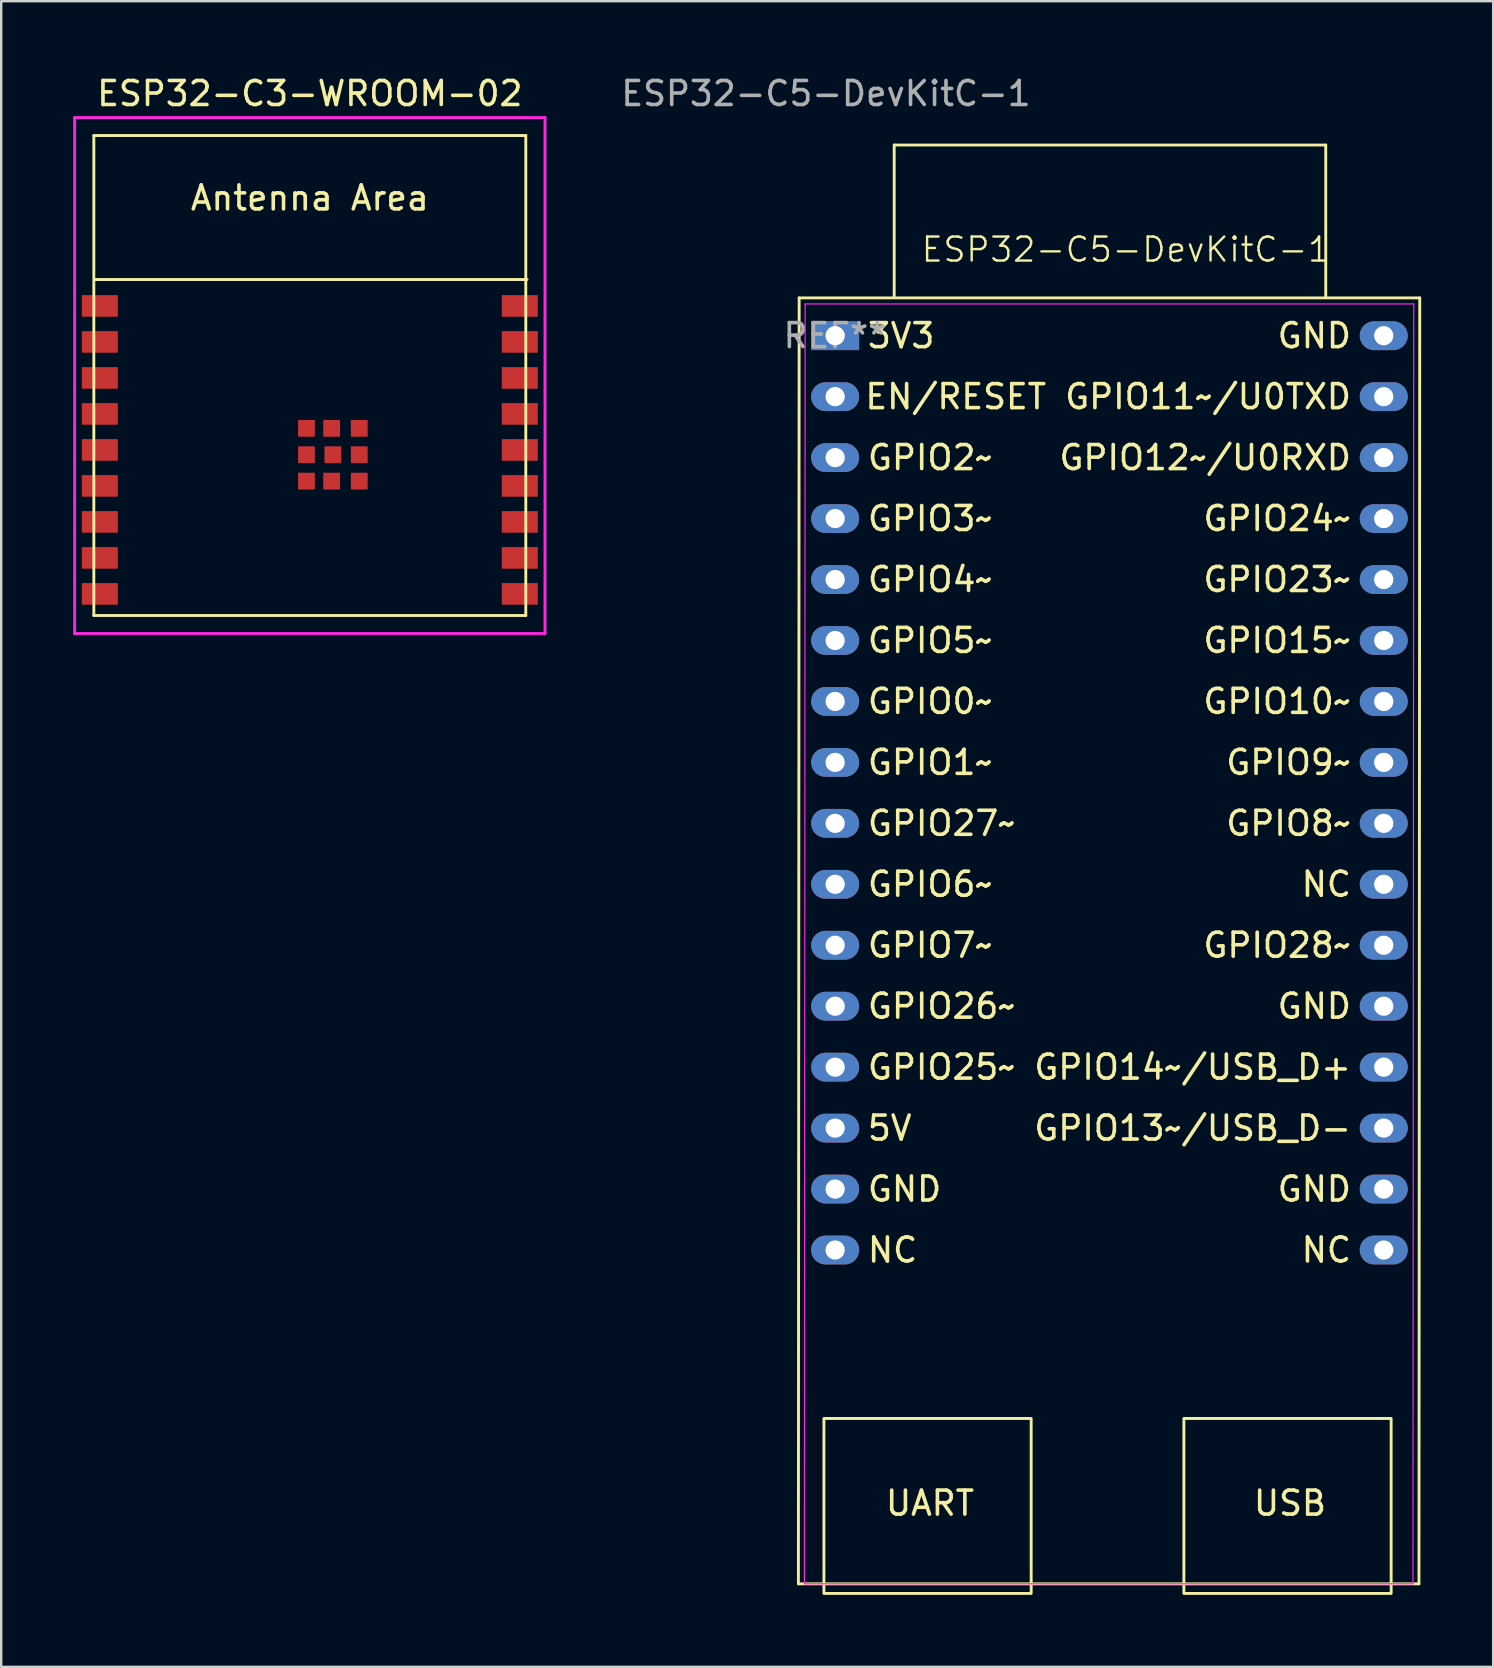
<source format=kicad_pcb>
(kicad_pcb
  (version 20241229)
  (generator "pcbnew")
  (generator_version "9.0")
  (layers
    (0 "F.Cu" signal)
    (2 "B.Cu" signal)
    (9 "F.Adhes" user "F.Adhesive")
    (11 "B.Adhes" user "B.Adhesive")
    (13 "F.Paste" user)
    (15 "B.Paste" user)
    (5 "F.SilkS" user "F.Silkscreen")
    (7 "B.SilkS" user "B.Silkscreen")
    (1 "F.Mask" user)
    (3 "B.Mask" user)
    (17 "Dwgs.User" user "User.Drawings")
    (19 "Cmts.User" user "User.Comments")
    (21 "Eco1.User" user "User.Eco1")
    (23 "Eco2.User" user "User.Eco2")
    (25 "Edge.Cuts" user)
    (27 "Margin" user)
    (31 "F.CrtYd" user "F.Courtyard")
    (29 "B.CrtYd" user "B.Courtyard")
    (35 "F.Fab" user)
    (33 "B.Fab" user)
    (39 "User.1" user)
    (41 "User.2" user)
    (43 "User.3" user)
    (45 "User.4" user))
  (footprint "ESP32-C3-WROOM-02"
    (layer "F.Cu")
    (at 9.86 15.548)
    (property "Reference" "ESP32-C3-WROOM-02" (at 0 -14.7 0) (layer "F.SilkS") (effects (font (size 1 1) (thickness 0.15))))
    (attr smd)
    (fp_line (start -9 -12.95) (end 9 -12.95) (stroke (width 0.12) (type solid)) (layer "F.SilkS"))
    (fp_line (start -9 7.05) (end -9 -12.95) (stroke (width 0.12) (type solid)) (layer "F.SilkS"))
    (fp_line (start 9 -12.95) (end 9 7.05) (stroke (width 0.12) (type solid)) (layer "F.SilkS"))
    (fp_line (start 9 7.05) (end -9 7.05) (stroke (width 0.12) (type solid)) (layer "F.SilkS"))
    (fp_line (start 9.05 -6.95) (end -8.95 -6.95) (stroke (width 0.12) (type solid)) (layer "F.SilkS"))
    (fp_line (start -9 -12.95) (end 9 -12.95) (stroke (width 0.12) (type solid)) (layer "Eco2.User"))
    (fp_line (start -9 -6.95) (end 9 -6.95) (stroke (width 0.12) (type solid)) (layer "Eco2.User"))
    (fp_line (start -9 7.05) (end -9 -12.95) (stroke (width 0.12) (type solid)) (layer "Eco2.User"))
    (fp_line (start 9 -12.95) (end 9 7.05) (stroke (width 0.12) (type solid)) (layer "Eco2.User"))
    (fp_line (start 9 7.05) (end -9 7.05) (stroke (width 0.12) (type solid)) (layer "Eco2.User"))
    (fp_line (start -9.8 -13.7) (end -9.8 7.8) (stroke (width 0.12) (type solid)) (layer "F.CrtYd"))
    (fp_line (start 9.8 -13.7) (end -9.8 -13.7) (stroke (width 0.12) (type solid)) (layer "F.CrtYd"))
    (fp_line (start 9.8 7.8) (end -9.8 7.8) (stroke (width 0.12) (type solid)) (layer "F.CrtYd"))
    (fp_line (start 9.8 7.8) (end 9.8 -13.7) (stroke (width 0.12) (type solid)) (layer "F.CrtYd"))
    (fp_text user "Antenna Area" (at 0 -10.35 0) (layer "F.SilkS") (effects (font (size 1 1) (thickness 0.15))))
    (fp_text user "Antenna Area" (at 0 -10.35 0) (layer "Eco2.User") (effects (font (size 1 1) (thickness 0.15))))
    (pad "1" smd rect (at -8.75 -5.85) (size 1.5 0.9) (layers "F.Cu" "F.Mask" "F.Paste"))
    (pad "2" smd rect (at -8.75 -4.35) (size 1.5 0.9) (layers "F.Cu" "F.Mask" "F.Paste"))
    (pad "3" smd rect (at -8.75 -2.85) (size 1.5 0.9) (layers "F.Cu" "F.Mask" "F.Paste"))
    (pad "4" smd rect (at -8.75 -1.35) (size 1.5 0.9) (layers "F.Cu" "F.Mask" "F.Paste"))
    (pad "5" smd rect (at -8.75 0.15) (size 1.5 0.9) (layers "F.Cu" "F.Mask" "F.Paste"))
    (pad "6" smd rect (at -8.75 1.65) (size 1.5 0.9) (layers "F.Cu" "F.Mask" "F.Paste"))
    (pad "7" smd rect (at -8.75 3.15) (size 1.5 0.9) (layers "F.Cu" "F.Mask" "F.Paste"))
    (pad "8" smd rect (at -8.75 4.65) (size 1.5 0.9) (layers "F.Cu" "F.Mask" "F.Paste"))
    (pad "9" smd rect (at -8.75 6.15) (size 1.5 0.9) (layers "F.Cu" "F.Mask" "F.Paste"))
    (pad "10" smd rect (at 8.75 6.15 180) (size 1.5 0.9) (layers "F.Cu" "F.Mask" "F.Paste"))
    (pad "11" smd rect (at 8.75 4.65 180) (size 1.5 0.9) (layers "F.Cu" "F.Mask" "F.Paste"))
    (pad "12" smd rect (at 8.75 3.15 180) (size 1.5 0.9) (layers "F.Cu" "F.Mask" "F.Paste"))
    (pad "13" smd rect (at 8.75 1.65 180) (size 1.5 0.9) (layers "F.Cu" "F.Mask" "F.Paste"))
    (pad "14" smd rect (at 8.75 0.15 180) (size 1.5 0.9) (layers "F.Cu" "F.Mask" "F.Paste"))
    (pad "15" smd rect (at 8.75 -1.35 180) (size 1.5 0.9) (layers "F.Cu" "F.Mask" "F.Paste"))
    (pad "16" smd rect (at 8.75 -2.85 180) (size 1.5 0.9) (layers "F.Cu" "F.Mask" "F.Paste"))
    (pad "17" smd rect (at 8.75 -4.35 180) (size 1.5 0.9) (layers "F.Cu" "F.Mask" "F.Paste"))
    (pad "18" smd rect (at 8.75 -5.85 180) (size 1.5 0.9) (layers "F.Cu" "F.Mask" "F.Paste"))
    (pad "19" smd rect (at -0.14 -0.75 180) (size 0.7 0.7) (layers "F.Cu" "F.Mask" "F.Paste"))
    (pad "19" smd rect (at -0.14 0.35 180) (size 0.7 0.7) (layers "F.Cu" "F.Mask" "F.Paste"))
    (pad "19" smd rect (at -0.14 1.45 180) (size 0.7 0.7) (layers "F.Cu" "F.Mask" "F.Paste"))
    (pad "19" smd rect (at 0.91 -0.75 180) (size 0.7 0.7) (layers "F.Cu" "F.Mask" "F.Paste"))
    (pad "19" smd rect (at 0.91 1.45 180) (size 0.7 0.7) (layers "F.Cu" "F.Mask" "F.Paste"))
    (pad "19" smd rect (at 0.96 0.35 180) (size 0.7 0.7) (layers "F.Cu" "F.Mask" "F.Paste"))
    (pad "19" smd rect (at 2.06 -0.75 180) (size 0.7 0.7) (layers "F.Cu" "F.Mask" "F.Paste"))
    (pad "19" smd rect (at 2.06 0.35 180) (size 0.7 0.7) (layers "F.Cu" "F.Mask" "F.Paste"))
    (pad "19" smd rect (at 2.06 1.45 180) (size 0.7 0.7) (layers "F.Cu" "F.Mask" "F.Paste")))
  (footprint "ESP32-C5-DevKitC-1"
    (layer "F.Cu")
    (at 30.119 9.348)
    (property "Reference" "ESP32-C5-DevKitC-1" (at 13.75 -2 0) (unlocked yes) (layer "F.SilkS") (effects (font (size 1 1) (thickness 0.1))))
    (attr through_hole)
    (fp_line (start 0.1 53.6) (end 25.96 53.6) (stroke (width 0.12) (type solid)) (layer "F.SilkS"))
    (fp_line (start 0.132 0.016) (end 0.1 53.6) (stroke (width 0.12) (type solid)) (layer "F.SilkS"))
    (fp_line (start 4.092 -6.354) (end 22.075 -6.354) (stroke (width 0.12) (type solid)) (layer "F.SilkS"))
    (fp_line (start 4.092 -0.004) (end 4.092 -6.354) (stroke (width 0.12) (type solid)) (layer "F.SilkS"))
    (fp_line (start 22.075 -6.354) (end 22.075 -0.004) (stroke (width 0.12) (type solid)) (layer "F.SilkS"))
    (fp_line (start 25.96 53.6) (end 25.992 0.016) (stroke (width 0.12) (type solid)) (layer "F.SilkS"))
    (fp_line (start 25.992 0.016) (end 0.132 0.016) (stroke (width 0.12) (type solid)) (layer "F.SilkS"))
    (fp_rect (start 1.164 46.71) (end 9.8 54) (stroke (width 0.12) (type solid)) (fill no) (layer "F.SilkS"))
    (fp_rect (start 16.164 46.71) (end 24.8 54) (stroke (width 0.12) (type solid)) (fill no) (layer "F.SilkS"))
    (fp_line (start 0.35 53.6) (end 0.382 0.266) (stroke (width 0.05) (type solid)) (layer "F.CrtYd"))
    (fp_line (start 0.382 0.266) (end 25.742 0.266) (stroke (width 0.05) (type solid)) (layer "F.CrtYd"))
    (fp_line (start 25.71 53.6) (end 0.35 53.6) (stroke (width 0.05) (type solid)) (layer "F.CrtYd"))
    (fp_line (start 25.742 0.266) (end 25.71 53.6) (stroke (width 0.05) (type solid)) (layer "F.CrtYd"))
    (fp_text user "GPIO25~" (at 2.902 32.071 0) (unlocked yes) (layer "F.SilkS") (effects (font (size 1 1) (thickness 0.15)) (justify left)))
    (fp_text user "GPIO12~/U0RXD" (at 23.222 6.671 0) (unlocked yes) (layer "F.SilkS") (effects (font (size 1 1) (thickness 0.15)) (justify right)))
    (fp_text user "GPIO2~" (at 2.902 6.671 0) (unlocked yes) (layer "F.SilkS") (effects (font (size 1 1) (thickness 0.15)) (justify left)))
    (fp_text user "GND" (at 23.222 29.531 0) (unlocked yes) (layer "F.SilkS") (effects (font (size 1 1) (thickness 0.15)) (justify right)))
    (fp_text user "GPIO27~" (at 2.902 21.911 0) (unlocked yes) (layer "F.SilkS") (effects (font (size 1 1) (thickness 0.15)) (justify left)))
    (fp_text user "EN/RESET" (at 10.518 4.131 0) (unlocked yes) (layer "F.SilkS") (effects (font (size 1 1) (thickness 0.15)) (justify right)))
    (fp_text user "NC" (at 23.222 39.691 0) (unlocked yes) (layer "F.SilkS") (effects (font (size 1 1) (thickness 0.15)) (justify right)))
    (fp_text user "GPIO14~/USB_D+" (at 23.222 32.071 0) (unlocked yes) (layer "F.SilkS") (effects (font (size 1 1) (thickness 0.15)) (justify right)))
    (fp_text user "GND" (at 2.902 37.151 0) (unlocked yes) (layer "F.SilkS") (effects (font (size 1 1) (thickness 0.15)) (justify left)))
    (fp_text user "GPIO7~" (at 2.902 26.991 0) (unlocked yes) (layer "F.SilkS") (effects (font (size 1 1) (thickness 0.15)) (justify left)))
    (fp_text user "GPIO4~" (at 2.902 11.751 0) (unlocked yes) (layer "F.SilkS") (effects (font (size 1 1) (thickness 0.15)) (justify left)))
    (fp_text user "GPIO6~" (at 2.902 24.451 0) (unlocked yes) (layer "F.SilkS") (effects (font (size 1 1) (thickness 0.15)) (justify left)))
    (fp_text user "NC" (at 23.222 24.451 0) (unlocked yes) (layer "F.SilkS") (effects (font (size 1 1) (thickness 0.15)) (justify right)))
    (fp_text user "GPIO8~" (at 23.222 21.911 0) (unlocked yes) (layer "F.SilkS") (effects (font (size 1 1) (thickness 0.15)) (justify right)))
    (fp_text user "USB" (at 20.584 50.825 0) (unlocked yes) (layer "F.SilkS") (effects (font (size 1 1) (thickness 0.15)) (justify bottom)))
    (fp_text user "GPIO26~" (at 2.902 29.531 0) (unlocked yes) (layer "F.SilkS") (effects (font (size 1 1) (thickness 0.15)) (justify left)))
    (fp_text user "GND" (at 23.222 1.591 0) (unlocked yes) (layer "F.SilkS") (effects (font (size 1 1) (thickness 0.15)) (justify right)))
    (fp_text user "GPIO15~" (at 23.222 14.291 0) (unlocked yes) (layer "F.SilkS") (effects (font (size 1 1) (thickness 0.15)) (justify right)))
    (fp_text user "UART" (at 5.584 50.825 0) (unlocked yes) (layer "F.SilkS") (effects (font (size 1 1) (thickness 0.15)) (justify bottom)))
    (fp_text user "GPIO11~/U0TXD" (at 23.222 4.131 0) (unlocked yes) (layer "F.SilkS") (effects (font (size 1 1) (thickness 0.15)) (justify right)))
    (fp_text user "GPIO9~" (at 23.222 19.371 0) (unlocked yes) (layer "F.SilkS") (effects (font (size 1 1) (thickness 0.15)) (justify right)))
    (fp_text user "GND" (at 23.222 37.151 0) (unlocked yes) (layer "F.SilkS") (effects (font (size 1 1) (thickness 0.15)) (justify right)))
    (fp_text user "NC" (at 2.902 39.691 0) (unlocked yes) (layer "F.SilkS") (effects (font (size 1 1) (thickness 0.15)) (justify left)))
    (fp_text user "3V3" (at 2.902 1.591 0) (unlocked yes) (layer "F.SilkS") (effects (font (size 1 1) (thickness 0.15)) (justify left)))
    (fp_text user "GPIO10~" (at 23.222 16.831 0) (unlocked yes) (layer "F.SilkS") (effects (font (size 1 1) (thickness 0.15)) (justify right)))
    (fp_text user "GPIO0~" (at 2.902 16.831 0) (unlocked yes) (layer "F.SilkS") (effects (font (size 1 1) (thickness 0.15)) (justify left)))
    (fp_text user "GPIO28~" (at 23.222 26.991 0) (unlocked yes) (layer "F.SilkS") (effects (font (size 1 1) (thickness 0.15)) (justify right)))
    (fp_text user "GPIO1~" (at 2.902 19.371 0) (unlocked yes) (layer "F.SilkS") (effects (font (size 1 1) (thickness 0.15)) (justify left)))
    (fp_text user "GPIO24~" (at 23.222 9.211 0) (unlocked yes) (layer "F.SilkS") (effects (font (size 1 1) (thickness 0.15)) (justify right)))
    (fp_text user "GPIO13~/USB_D-" (at 23.222 34.611 0) (unlocked yes) (layer "F.SilkS") (effects (font (size 1 1) (thickness 0.15)) (justify right)))
    (fp_text user "GPIO3~" (at 2.902 9.211 0) (unlocked yes) (layer "F.SilkS") (effects (font (size 1 1) (thickness 0.15)) (justify left)))
    (fp_text user "GPIO5~" (at 2.902 14.291 0) (unlocked yes) (layer "F.SilkS") (effects (font (size 1 1) (thickness 0.15)) (justify left)))
    (fp_text user "5V" (at 2.902 34.611 0) (unlocked yes) (layer "F.SilkS") (effects (font (size 1 1) (thickness 0.15)) (justify left)))
    (fp_text user "GPIO23~" (at 23.222 11.751 0) (unlocked yes) (layer "F.SilkS") (effects (font (size 1 1) (thickness 0.15)) (justify right)))
    (fp_text user "REF**" (at 1.628 1.589 0) (layer "F.Fab") (effects (font (size 1 1) (thickness 0.15))))
    (fp_text user "${REFERENCE}" (at 1.25 -8.5 0) (unlocked yes) (layer "F.Fab") (effects (font (size 1 1) (thickness 0.15))))
    (pad "1" thru_hole rect (at 1.632 1.591 270) (size 1.2 2) (drill 0.8) (layers "*.Cu" "*.Mask"))
    (pad "2" thru_hole oval (at 1.632 4.131 270) (size 1.2 2) (drill 0.8) (layers "*.Cu" "*.Mask"))
    (pad "3" thru_hole oval (at 1.632 6.671 270) (size 1.2 2) (drill 0.8) (layers "*.Cu" "*.Mask"))
    (pad "4" thru_hole oval (at 1.632 9.211 270) (size 1.2 2) (drill 0.8) (layers "*.Cu" "*.Mask"))
    (pad "5" thru_hole oval (at 1.632 11.751 270) (size 1.2 2) (drill 0.8) (layers "*.Cu" "*.Mask"))
    (pad "6" thru_hole oval (at 1.632 14.291 270) (size 1.2 2) (drill 0.8) (layers "*.Cu" "*.Mask"))
    (pad "7" thru_hole oval (at 1.632 16.831 270) (size 1.2 2) (drill 0.8) (layers "*.Cu" "*.Mask"))
    (pad "8" thru_hole oval (at 1.632 19.371 270) (size 1.2 2) (drill 0.8) (layers "*.Cu" "*.Mask"))
    (pad "9" thru_hole oval (at 1.632 21.911 270) (size 1.2 2) (drill 0.8) (layers "*.Cu" "*.Mask"))
    (pad "10" thru_hole oval (at 1.632 24.451 270) (size 1.2 2) (drill 0.8) (layers "*.Cu" "*.Mask"))
    (pad "11" thru_hole oval (at 1.632 26.991 270) (size 1.2 2) (drill 0.8) (layers "*.Cu" "*.Mask"))
    (pad "12" thru_hole oval (at 1.632 29.531 270) (size 1.2 2) (drill 0.8) (layers "*.Cu" "*.Mask"))
    (pad "13" thru_hole oval (at 1.632 32.071 270) (size 1.2 2) (drill 0.8) (layers "*.Cu" "*.Mask"))
    (pad "14" thru_hole oval (at 1.632 34.611 270) (size 1.2 2) (drill 0.8) (layers "*.Cu" "*.Mask"))
    (pad "15" thru_hole oval (at 1.632 37.151 270) (size 1.2 2) (drill 0.8) (layers "*.Cu" "*.Mask"))
    (pad "16" thru_hole oval (at 1.632 39.691 270) (size 1.2 2) (drill 0.8) (layers "*.Cu" "*.Mask"))
    (pad "17" thru_hole oval (at 24.492 39.691 270) (size 1.2 2) (drill 0.8) (layers "*.Cu" "*.Mask"))
    (pad "18" thru_hole oval (at 24.492 37.151 270) (size 1.2 2) (drill 0.8) (layers "*.Cu" "*.Mask"))
    (pad "19" thru_hole oval (at 24.492 34.611 270) (size 1.2 2) (drill 0.8) (layers "*.Cu" "*.Mask"))
    (pad "20" thru_hole oval (at 24.492 32.071 270) (size 1.2 2) (drill 0.8) (layers "*.Cu" "*.Mask"))
    (pad "21" thru_hole oval (at 24.492 29.531 270) (size 1.2 2) (drill 0.8) (layers "*.Cu" "*.Mask"))
    (pad "22" thru_hole oval (at 24.492 26.991 270) (size 1.2 2) (drill 0.8) (layers "*.Cu" "*.Mask"))
    (pad "23" thru_hole oval (at 24.492 24.451 270) (size 1.2 2) (drill 0.8) (layers "*.Cu" "*.Mask"))
    (pad "24" thru_hole oval (at 24.492 21.911 270) (size 1.2 2) (drill 0.8) (layers "*.Cu" "*.Mask"))
    (pad "25" thru_hole oval (at 24.492 19.371 270) (size 1.2 2) (drill 0.8) (layers "*.Cu" "*.Mask"))
    (pad "26" thru_hole oval (at 24.492 16.831 270) (size 1.2 2) (drill 0.8) (layers "*.Cu" "*.Mask"))
    (pad "27" thru_hole oval (at 24.492 14.291 270) (size 1.2 2) (drill 0.8) (layers "*.Cu" "*.Mask"))
    (pad "28" thru_hole oval (at 24.492 11.751 270) (size 1.2 2) (drill 0.8) (layers "*.Cu" "*.Mask"))
    (pad "29" thru_hole oval (at 24.492 9.211 270) (size 1.2 2) (drill 0.8) (layers "*.Cu" "*.Mask"))
    (pad "30" thru_hole oval (at 24.492 6.671 270) (size 1.2 2) (drill 0.8) (layers "*.Cu" "*.Mask"))
    (pad "31" thru_hole oval (at 24.492 4.131 270) (size 1.2 2) (drill 0.8) (layers "*.Cu" "*.Mask"))
    (pad "32" thru_hole oval (at 24.492 1.591 270) (size 1.2 2) (drill 0.8) (layers "*.Cu" "*.Mask")))
  (gr_rect
    (start -3 -3)
    (end 59.171 66.408)
    (stroke (width 0.1) (type default))
    (fill no)
    (layer "Edge.Cuts")))
</source>
